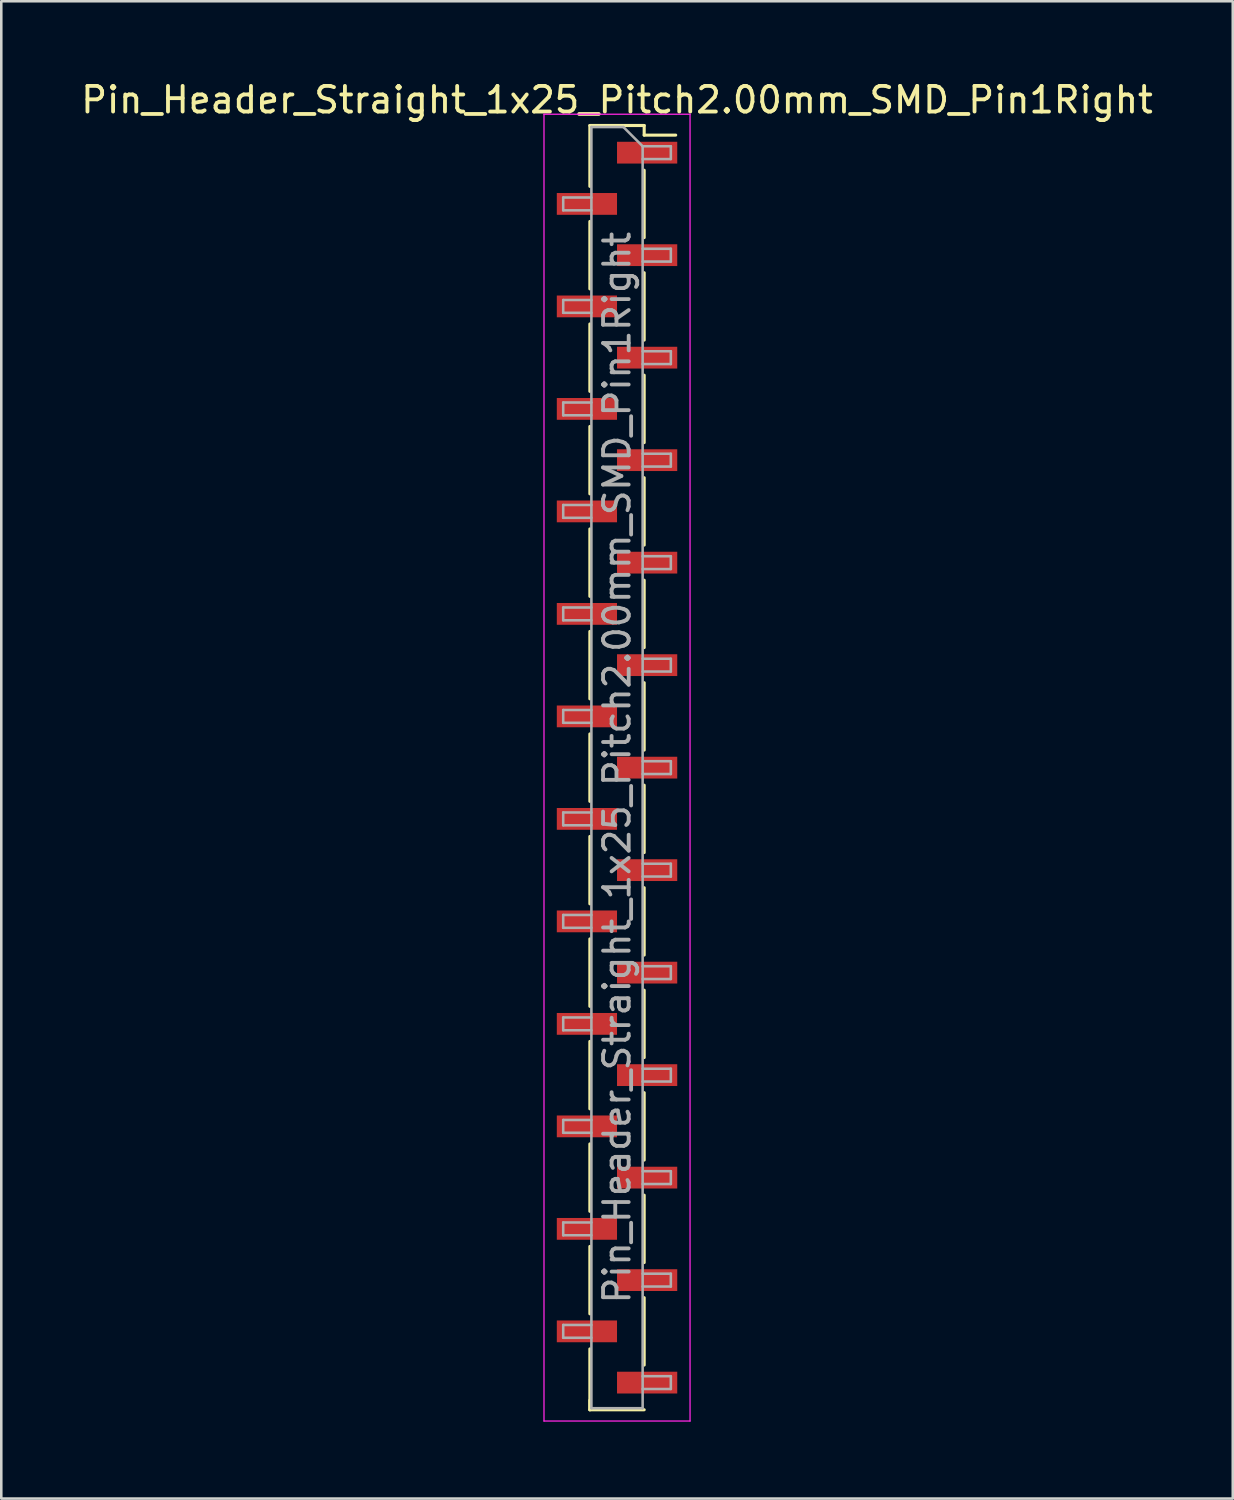
<source format=kicad_pcb>
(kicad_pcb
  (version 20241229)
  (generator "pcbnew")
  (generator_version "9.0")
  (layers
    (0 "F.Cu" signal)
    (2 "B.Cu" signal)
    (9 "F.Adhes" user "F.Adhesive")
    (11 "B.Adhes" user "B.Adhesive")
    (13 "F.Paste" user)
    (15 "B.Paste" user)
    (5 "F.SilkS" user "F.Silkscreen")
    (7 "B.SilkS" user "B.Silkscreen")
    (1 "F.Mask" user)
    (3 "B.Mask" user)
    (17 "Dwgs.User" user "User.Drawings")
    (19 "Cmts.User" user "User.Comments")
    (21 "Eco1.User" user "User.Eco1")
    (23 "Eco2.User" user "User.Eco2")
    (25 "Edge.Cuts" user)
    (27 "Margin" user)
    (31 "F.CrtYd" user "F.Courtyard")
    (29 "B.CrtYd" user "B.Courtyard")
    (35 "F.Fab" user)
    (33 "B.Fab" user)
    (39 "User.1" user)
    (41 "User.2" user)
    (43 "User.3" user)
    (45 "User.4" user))
  (footprint "Pin_Header_Straight_1x25_Pitch2.00mm_SMD_Pin1Right"
    (layer "F.Cu")
    (at 21.03 26.908)
    (property "Reference" "Pin_Header_Straight_1x25_Pitch2.00mm_SMD_Pin1Right" (at 0 -26.06 0) (layer "F.SilkS") (effects (font (size 1 1) (thickness 0.15))))
    (attr smd)
    (fp_line (start -1.06 -25.06) (end -1.06 -22.685) (stroke (width 0.12) (type solid)) (layer "F.SilkS"))
    (fp_line (start -1.06 -25.06) (end 1.06 -25.06) (stroke (width 0.12) (type solid)) (layer "F.SilkS"))
    (fp_line (start -1.06 -21.315) (end -1.06 -18.685) (stroke (width 0.12) (type solid)) (layer "F.SilkS"))
    (fp_line (start -1.06 -17.315) (end -1.06 -14.685) (stroke (width 0.12) (type solid)) (layer "F.SilkS"))
    (fp_line (start -1.06 -13.315) (end -1.06 -10.685) (stroke (width 0.12) (type solid)) (layer "F.SilkS"))
    (fp_line (start -1.06 -9.315) (end -1.06 -6.685) (stroke (width 0.12) (type solid)) (layer "F.SilkS"))
    (fp_line (start -1.06 -5.315) (end -1.06 -2.685) (stroke (width 0.12) (type solid)) (layer "F.SilkS"))
    (fp_line (start -1.06 -1.315) (end -1.06 1.315) (stroke (width 0.12) (type solid)) (layer "F.SilkS"))
    (fp_line (start -1.06 2.685) (end -1.06 5.315) (stroke (width 0.12) (type solid)) (layer "F.SilkS"))
    (fp_line (start -1.06 6.685) (end -1.06 9.315) (stroke (width 0.12) (type solid)) (layer "F.SilkS"))
    (fp_line (start -1.06 10.685) (end -1.06 13.315) (stroke (width 0.12) (type solid)) (layer "F.SilkS"))
    (fp_line (start -1.06 14.685) (end -1.06 17.315) (stroke (width 0.12) (type solid)) (layer "F.SilkS"))
    (fp_line (start -1.06 18.685) (end -1.06 21.315) (stroke (width 0.12) (type solid)) (layer "F.SilkS"))
    (fp_line (start -1.06 22.685) (end -1.06 25.06) (stroke (width 0.12) (type solid)) (layer "F.SilkS"))
    (fp_line (start -1.06 24.685) (end -1.06 25.06) (stroke (width 0.12) (type solid)) (layer "F.SilkS"))
    (fp_line (start -1.06 25.06) (end 1.06 25.06) (stroke (width 0.12) (type solid)) (layer "F.SilkS"))
    (fp_line (start 1.06 -25.06) (end 1.06 -24.685) (stroke (width 0.12) (type solid)) (layer "F.SilkS"))
    (fp_line (start 1.06 -24.685) (end 2.29 -24.685) (stroke (width 0.12) (type solid)) (layer "F.SilkS"))
    (fp_line (start 1.06 -23.315) (end 1.06 -20.685) (stroke (width 0.12) (type solid)) (layer "F.SilkS"))
    (fp_line (start 1.06 -19.315) (end 1.06 -16.685) (stroke (width 0.12) (type solid)) (layer "F.SilkS"))
    (fp_line (start 1.06 -15.315) (end 1.06 -12.685) (stroke (width 0.12) (type solid)) (layer "F.SilkS"))
    (fp_line (start 1.06 -11.315) (end 1.06 -8.685) (stroke (width 0.12) (type solid)) (layer "F.SilkS"))
    (fp_line (start 1.06 -7.315) (end 1.06 -4.685) (stroke (width 0.12) (type solid)) (layer "F.SilkS"))
    (fp_line (start 1.06 -3.315) (end 1.06 -0.685) (stroke (width 0.12) (type solid)) (layer "F.SilkS"))
    (fp_line (start 1.06 0.685) (end 1.06 3.315) (stroke (width 0.12) (type solid)) (layer "F.SilkS"))
    (fp_line (start 1.06 4.685) (end 1.06 7.315) (stroke (width 0.12) (type solid)) (layer "F.SilkS"))
    (fp_line (start 1.06 8.685) (end 1.06 11.315) (stroke (width 0.12) (type solid)) (layer "F.SilkS"))
    (fp_line (start 1.06 12.685) (end 1.06 15.315) (stroke (width 0.12) (type solid)) (layer "F.SilkS"))
    (fp_line (start 1.06 16.685) (end 1.06 19.315) (stroke (width 0.12) (type solid)) (layer "F.SilkS"))
    (fp_line (start 1.06 20.685) (end 1.06 23.315) (stroke (width 0.12) (type solid)) (layer "F.SilkS"))
    (fp_line (start -2.85 -25.5) (end -2.85 25.5) (stroke (width 0.05) (type solid)) (layer "F.CrtYd"))
    (fp_line (start -2.85 25.5) (end 2.85 25.5) (stroke (width 0.05) (type solid)) (layer "F.CrtYd"))
    (fp_line (start 2.85 -25.5) (end -2.85 -25.5) (stroke (width 0.05) (type solid)) (layer "F.CrtYd"))
    (fp_line (start 2.85 25.5) (end 2.85 -25.5) (stroke (width 0.05) (type solid)) (layer "F.CrtYd"))
    (fp_line (start -2.1 -22.25) (end -2.1 -21.75) (stroke (width 0.1) (type solid)) (layer "F.Fab"))
    (fp_line (start -2.1 -21.75) (end -1 -21.75) (stroke (width 0.1) (type solid)) (layer "F.Fab"))
    (fp_line (start -2.1 -18.25) (end -2.1 -17.75) (stroke (width 0.1) (type solid)) (layer "F.Fab"))
    (fp_line (start -2.1 -17.75) (end -1 -17.75) (stroke (width 0.1) (type solid)) (layer "F.Fab"))
    (fp_line (start -2.1 -14.25) (end -2.1 -13.75) (stroke (width 0.1) (type solid)) (layer "F.Fab"))
    (fp_line (start -2.1 -13.75) (end -1 -13.75) (stroke (width 0.1) (type solid)) (layer "F.Fab"))
    (fp_line (start -2.1 -10.25) (end -2.1 -9.75) (stroke (width 0.1) (type solid)) (layer "F.Fab"))
    (fp_line (start -2.1 -9.75) (end -1 -9.75) (stroke (width 0.1) (type solid)) (layer "F.Fab"))
    (fp_line (start -2.1 -6.25) (end -2.1 -5.75) (stroke (width 0.1) (type solid)) (layer "F.Fab"))
    (fp_line (start -2.1 -5.75) (end -1 -5.75) (stroke (width 0.1) (type solid)) (layer "F.Fab"))
    (fp_line (start -2.1 -2.25) (end -2.1 -1.75) (stroke (width 0.1) (type solid)) (layer "F.Fab"))
    (fp_line (start -2.1 -1.75) (end -1 -1.75) (stroke (width 0.1) (type solid)) (layer "F.Fab"))
    (fp_line (start -2.1 1.75) (end -2.1 2.25) (stroke (width 0.1) (type solid)) (layer "F.Fab"))
    (fp_line (start -2.1 2.25) (end -1 2.25) (stroke (width 0.1) (type solid)) (layer "F.Fab"))
    (fp_line (start -2.1 5.75) (end -2.1 6.25) (stroke (width 0.1) (type solid)) (layer "F.Fab"))
    (fp_line (start -2.1 6.25) (end -1 6.25) (stroke (width 0.1) (type solid)) (layer "F.Fab"))
    (fp_line (start -2.1 9.75) (end -2.1 10.25) (stroke (width 0.1) (type solid)) (layer "F.Fab"))
    (fp_line (start -2.1 10.25) (end -1 10.25) (stroke (width 0.1) (type solid)) (layer "F.Fab"))
    (fp_line (start -2.1 13.75) (end -2.1 14.25) (stroke (width 0.1) (type solid)) (layer "F.Fab"))
    (fp_line (start -2.1 14.25) (end -1 14.25) (stroke (width 0.1) (type solid)) (layer "F.Fab"))
    (fp_line (start -2.1 17.75) (end -2.1 18.25) (stroke (width 0.1) (type solid)) (layer "F.Fab"))
    (fp_line (start -2.1 18.25) (end -1 18.25) (stroke (width 0.1) (type solid)) (layer "F.Fab"))
    (fp_line (start -2.1 21.75) (end -2.1 22.25) (stroke (width 0.1) (type solid)) (layer "F.Fab"))
    (fp_line (start -2.1 22.25) (end -1 22.25) (stroke (width 0.1) (type solid)) (layer "F.Fab"))
    (fp_line (start -1 -25) (end -1 25) (stroke (width 0.1) (type solid)) (layer "F.Fab"))
    (fp_line (start -1 -25) (end 0.25 -25) (stroke (width 0.1) (type solid)) (layer "F.Fab"))
    (fp_line (start -1 -22.25) (end -2.1 -22.25) (stroke (width 0.1) (type solid)) (layer "F.Fab"))
    (fp_line (start -1 -18.25) (end -2.1 -18.25) (stroke (width 0.1) (type solid)) (layer "F.Fab"))
    (fp_line (start -1 -14.25) (end -2.1 -14.25) (stroke (width 0.1) (type solid)) (layer "F.Fab"))
    (fp_line (start -1 -10.25) (end -2.1 -10.25) (stroke (width 0.1) (type solid)) (layer "F.Fab"))
    (fp_line (start -1 -6.25) (end -2.1 -6.25) (stroke (width 0.1) (type solid)) (layer "F.Fab"))
    (fp_line (start -1 -2.25) (end -2.1 -2.25) (stroke (width 0.1) (type solid)) (layer "F.Fab"))
    (fp_line (start -1 1.75) (end -2.1 1.75) (stroke (width 0.1) (type solid)) (layer "F.Fab"))
    (fp_line (start -1 5.75) (end -2.1 5.75) (stroke (width 0.1) (type solid)) (layer "F.Fab"))
    (fp_line (start -1 9.75) (end -2.1 9.75) (stroke (width 0.1) (type solid)) (layer "F.Fab"))
    (fp_line (start -1 13.75) (end -2.1 13.75) (stroke (width 0.1) (type solid)) (layer "F.Fab"))
    (fp_line (start -1 17.75) (end -2.1 17.75) (stroke (width 0.1) (type solid)) (layer "F.Fab"))
    (fp_line (start -1 21.75) (end -2.1 21.75) (stroke (width 0.1) (type solid)) (layer "F.Fab"))
    (fp_line (start 1 -24.25) (end 0.25 -25) (stroke (width 0.1) (type solid)) (layer "F.Fab"))
    (fp_line (start 1 -24.25) (end 2.1 -24.25) (stroke (width 0.1) (type solid)) (layer "F.Fab"))
    (fp_line (start 1 -20.25) (end 2.1 -20.25) (stroke (width 0.1) (type solid)) (layer "F.Fab"))
    (fp_line (start 1 -16.25) (end 2.1 -16.25) (stroke (width 0.1) (type solid)) (layer "F.Fab"))
    (fp_line (start 1 -12.25) (end 2.1 -12.25) (stroke (width 0.1) (type solid)) (layer "F.Fab"))
    (fp_line (start 1 -8.25) (end 2.1 -8.25) (stroke (width 0.1) (type solid)) (layer "F.Fab"))
    (fp_line (start 1 -4.25) (end 2.1 -4.25) (stroke (width 0.1) (type solid)) (layer "F.Fab"))
    (fp_line (start 1 -0.25) (end 2.1 -0.25) (stroke (width 0.1) (type solid)) (layer "F.Fab"))
    (fp_line (start 1 3.75) (end 2.1 3.75) (stroke (width 0.1) (type solid)) (layer "F.Fab"))
    (fp_line (start 1 7.75) (end 2.1 7.75) (stroke (width 0.1) (type solid)) (layer "F.Fab"))
    (fp_line (start 1 11.75) (end 2.1 11.75) (stroke (width 0.1) (type solid)) (layer "F.Fab"))
    (fp_line (start 1 15.75) (end 2.1 15.75) (stroke (width 0.1) (type solid)) (layer "F.Fab"))
    (fp_line (start 1 19.75) (end 2.1 19.75) (stroke (width 0.1) (type solid)) (layer "F.Fab"))
    (fp_line (start 1 23.75) (end 2.1 23.75) (stroke (width 0.1) (type solid)) (layer "F.Fab"))
    (fp_line (start 1 25) (end -1 25) (stroke (width 0.1) (type solid)) (layer "F.Fab"))
    (fp_line (start 1 25) (end 1 -24.25) (stroke (width 0.1) (type solid)) (layer "F.Fab"))
    (fp_line (start 2.1 -24.25) (end 2.1 -23.75) (stroke (width 0.1) (type solid)) (layer "F.Fab"))
    (fp_line (start 2.1 -23.75) (end 1 -23.75) (stroke (width 0.1) (type solid)) (layer "F.Fab"))
    (fp_line (start 2.1 -20.25) (end 2.1 -19.75) (stroke (width 0.1) (type solid)) (layer "F.Fab"))
    (fp_line (start 2.1 -19.75) (end 1 -19.75) (stroke (width 0.1) (type solid)) (layer "F.Fab"))
    (fp_line (start 2.1 -16.25) (end 2.1 -15.75) (stroke (width 0.1) (type solid)) (layer "F.Fab"))
    (fp_line (start 2.1 -15.75) (end 1 -15.75) (stroke (width 0.1) (type solid)) (layer "F.Fab"))
    (fp_line (start 2.1 -12.25) (end 2.1 -11.75) (stroke (width 0.1) (type solid)) (layer "F.Fab"))
    (fp_line (start 2.1 -11.75) (end 1 -11.75) (stroke (width 0.1) (type solid)) (layer "F.Fab"))
    (fp_line (start 2.1 -8.25) (end 2.1 -7.75) (stroke (width 0.1) (type solid)) (layer "F.Fab"))
    (fp_line (start 2.1 -7.75) (end 1 -7.75) (stroke (width 0.1) (type solid)) (layer "F.Fab"))
    (fp_line (start 2.1 -4.25) (end 2.1 -3.75) (stroke (width 0.1) (type solid)) (layer "F.Fab"))
    (fp_line (start 2.1 -3.75) (end 1 -3.75) (stroke (width 0.1) (type solid)) (layer "F.Fab"))
    (fp_line (start 2.1 -0.25) (end 2.1 0.25) (stroke (width 0.1) (type solid)) (layer "F.Fab"))
    (fp_line (start 2.1 0.25) (end 1 0.25) (stroke (width 0.1) (type solid)) (layer "F.Fab"))
    (fp_line (start 2.1 3.75) (end 2.1 4.25) (stroke (width 0.1) (type solid)) (layer "F.Fab"))
    (fp_line (start 2.1 4.25) (end 1 4.25) (stroke (width 0.1) (type solid)) (layer "F.Fab"))
    (fp_line (start 2.1 7.75) (end 2.1 8.25) (stroke (width 0.1) (type solid)) (layer "F.Fab"))
    (fp_line (start 2.1 8.25) (end 1 8.25) (stroke (width 0.1) (type solid)) (layer "F.Fab"))
    (fp_line (start 2.1 11.75) (end 2.1 12.25) (stroke (width 0.1) (type solid)) (layer "F.Fab"))
    (fp_line (start 2.1 12.25) (end 1 12.25) (stroke (width 0.1) (type solid)) (layer "F.Fab"))
    (fp_line (start 2.1 15.75) (end 2.1 16.25) (stroke (width 0.1) (type solid)) (layer "F.Fab"))
    (fp_line (start 2.1 16.25) (end 1 16.25) (stroke (width 0.1) (type solid)) (layer "F.Fab"))
    (fp_line (start 2.1 19.75) (end 2.1 20.25) (stroke (width 0.1) (type solid)) (layer "F.Fab"))
    (fp_line (start 2.1 20.25) (end 1 20.25) (stroke (width 0.1) (type solid)) (layer "F.Fab"))
    (fp_line (start 2.1 23.75) (end 2.1 24.25) (stroke (width 0.1) (type solid)) (layer "F.Fab"))
    (fp_line (start 2.1 24.25) (end 1 24.25) (stroke (width 0.1) (type solid)) (layer "F.Fab"))
    (fp_text user "${REFERENCE}" (at 0 0 90) (layer "F.Fab") (effects (font (size 1 1) (thickness 0.15))))
    (pad "1" smd rect (at 1.175 -24) (size 2.35 0.85) (layers "F.Cu" "F.Mask" "F.Paste"))
    (pad "2" smd rect (at -1.175 -22) (size 2.35 0.85) (layers "F.Cu" "F.Mask" "F.Paste"))
    (pad "3" smd rect (at 1.175 -20) (size 2.35 0.85) (layers "F.Cu" "F.Mask" "F.Paste"))
    (pad "4" smd rect (at -1.175 -18) (size 2.35 0.85) (layers "F.Cu" "F.Mask" "F.Paste"))
    (pad "5" smd rect (at 1.175 -16) (size 2.35 0.85) (layers "F.Cu" "F.Mask" "F.Paste"))
    (pad "6" smd rect (at -1.175 -14) (size 2.35 0.85) (layers "F.Cu" "F.Mask" "F.Paste"))
    (pad "7" smd rect (at 1.175 -12) (size 2.35 0.85) (layers "F.Cu" "F.Mask" "F.Paste"))
    (pad "8" smd rect (at -1.175 -10) (size 2.35 0.85) (layers "F.Cu" "F.Mask" "F.Paste"))
    (pad "9" smd rect (at 1.175 -8) (size 2.35 0.85) (layers "F.Cu" "F.Mask" "F.Paste"))
    (pad "10" smd rect (at -1.175 -6) (size 2.35 0.85) (layers "F.Cu" "F.Mask" "F.Paste"))
    (pad "11" smd rect (at 1.175 -4) (size 2.35 0.85) (layers "F.Cu" "F.Mask" "F.Paste"))
    (pad "12" smd rect (at -1.175 -2) (size 2.35 0.85) (layers "F.Cu" "F.Mask" "F.Paste"))
    (pad "13" smd rect (at 1.175 0) (size 2.35 0.85) (layers "F.Cu" "F.Mask" "F.Paste"))
    (pad "14" smd rect (at -1.175 2) (size 2.35 0.85) (layers "F.Cu" "F.Mask" "F.Paste"))
    (pad "15" smd rect (at 1.175 4) (size 2.35 0.85) (layers "F.Cu" "F.Mask" "F.Paste"))
    (pad "16" smd rect (at -1.175 6) (size 2.35 0.85) (layers "F.Cu" "F.Mask" "F.Paste"))
    (pad "17" smd rect (at 1.175 8) (size 2.35 0.85) (layers "F.Cu" "F.Mask" "F.Paste"))
    (pad "18" smd rect (at -1.175 10) (size 2.35 0.85) (layers "F.Cu" "F.Mask" "F.Paste"))
    (pad "19" smd rect (at 1.175 12) (size 2.35 0.85) (layers "F.Cu" "F.Mask" "F.Paste"))
    (pad "20" smd rect (at -1.175 14) (size 2.35 0.85) (layers "F.Cu" "F.Mask" "F.Paste"))
    (pad "21" smd rect (at 1.175 16) (size 2.35 0.85) (layers "F.Cu" "F.Mask" "F.Paste"))
    (pad "22" smd rect (at -1.175 18) (size 2.35 0.85) (layers "F.Cu" "F.Mask" "F.Paste"))
    (pad "23" smd rect (at 1.175 20) (size 2.35 0.85) (layers "F.Cu" "F.Mask" "F.Paste"))
    (pad "24" smd rect (at -1.175 22) (size 2.35 0.85) (layers "F.Cu" "F.Mask" "F.Paste"))
    (pad "25" smd rect (at 1.175 24) (size 2.35 0.85) (layers "F.Cu" "F.Mask" "F.Paste")))
  (gr_rect
    (start -3 -3)
    (end 45.06 55.433)
    (stroke (width 0.1) (type default))
    (fill no)
    (layer "Edge.Cuts")))
</source>
